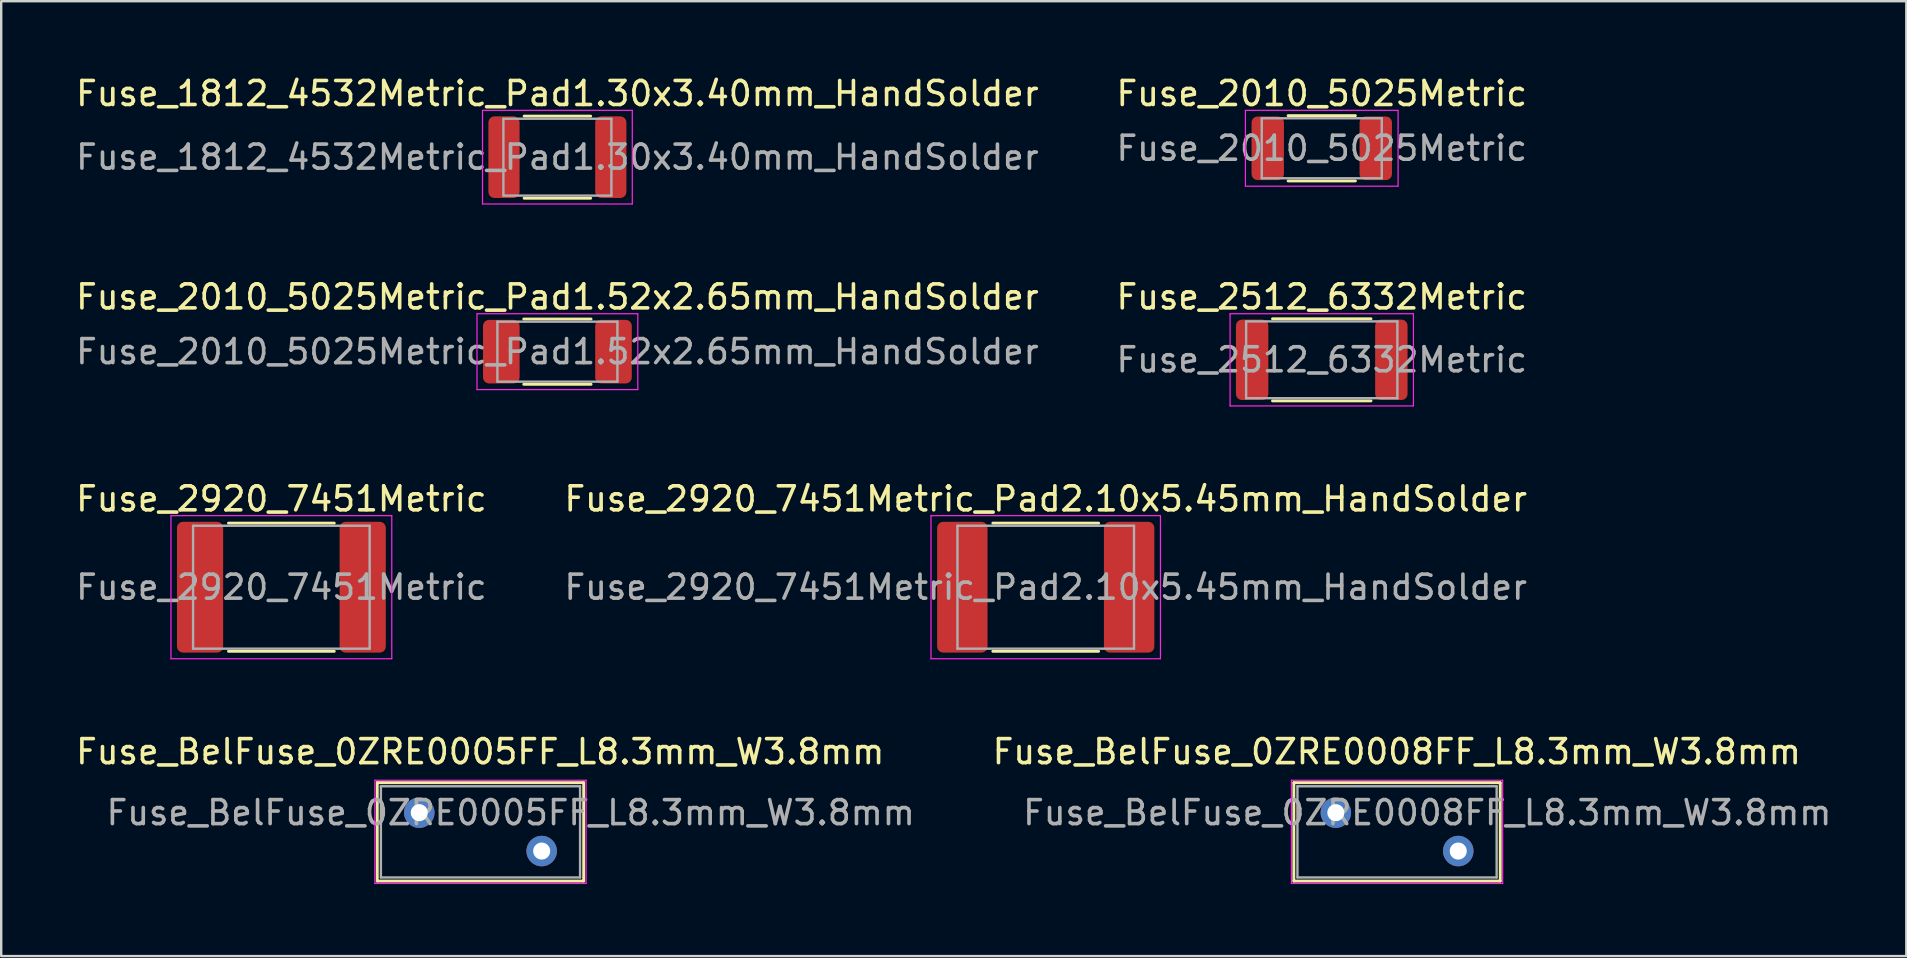
<source format=kicad_pcb>
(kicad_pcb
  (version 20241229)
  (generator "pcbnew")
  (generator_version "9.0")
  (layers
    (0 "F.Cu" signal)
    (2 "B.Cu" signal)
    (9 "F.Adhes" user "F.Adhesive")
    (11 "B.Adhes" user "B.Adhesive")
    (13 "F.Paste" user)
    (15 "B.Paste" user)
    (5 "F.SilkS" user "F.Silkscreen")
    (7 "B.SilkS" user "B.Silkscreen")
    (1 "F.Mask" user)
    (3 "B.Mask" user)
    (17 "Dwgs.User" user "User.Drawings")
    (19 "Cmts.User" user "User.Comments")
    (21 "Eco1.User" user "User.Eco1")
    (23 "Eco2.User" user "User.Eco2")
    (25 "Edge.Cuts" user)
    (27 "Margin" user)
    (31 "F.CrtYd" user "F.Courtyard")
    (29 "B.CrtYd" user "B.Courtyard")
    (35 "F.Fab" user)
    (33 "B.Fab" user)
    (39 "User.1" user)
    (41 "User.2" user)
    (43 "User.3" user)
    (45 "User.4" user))
  (footprint "Fuse_1812_4532Metric_Pad1.30x3.40mm_HandSolder"
    (layer "F.Cu")
    (at 20.173 3.498)
    (property "Reference" "Fuse_1812_4532Metric_Pad1.30x3.40mm_HandSolder" (at 0 -2.65 0) (layer "F.SilkS") (effects (font (size 1 1) (thickness 0.15))))
    (attr smd)
    (fp_line (start -1.386 -1.71) (end 1.386 -1.71) (stroke (width 0.12) (type solid)) (layer "F.SilkS"))
    (fp_line (start -1.386 1.71) (end 1.386 1.71) (stroke (width 0.12) (type solid)) (layer "F.SilkS"))
    (fp_line (start -3.12 -1.95) (end 3.12 -1.95) (stroke (width 0.05) (type solid)) (layer "F.CrtYd"))
    (fp_line (start -3.12 1.95) (end -3.12 -1.95) (stroke (width 0.05) (type solid)) (layer "F.CrtYd"))
    (fp_line (start 3.12 -1.95) (end 3.12 1.95) (stroke (width 0.05) (type solid)) (layer "F.CrtYd"))
    (fp_line (start 3.12 1.95) (end -3.12 1.95) (stroke (width 0.05) (type solid)) (layer "F.CrtYd"))
    (fp_line (start -2.25 -1.6) (end 2.25 -1.6) (stroke (width 0.1) (type solid)) (layer "F.Fab"))
    (fp_line (start -2.25 1.6) (end -2.25 -1.6) (stroke (width 0.1) (type solid)) (layer "F.Fab"))
    (fp_line (start 2.25 -1.6) (end 2.25 1.6) (stroke (width 0.1) (type solid)) (layer "F.Fab"))
    (fp_line (start 2.25 1.6) (end -2.25 1.6) (stroke (width 0.1) (type solid)) (layer "F.Fab"))
    (fp_text user "${REFERENCE}" (at 0 0 0) (layer "F.Fab") (effects (font (size 1 1) (thickness 0.15))))
    (pad "1" smd roundrect (at -2.225 0) (size 1.3 3.4) (layers "F.Cu" "F.Mask" "F.Paste") (roundrect_rratio 0.192))
    (pad "2" smd roundrect (at 2.225 0) (size 1.3 3.4) (layers "F.Cu" "F.Mask" "F.Paste") (roundrect_rratio 0.192)))
  (footprint "Fuse_BelFuse_0ZRE0008FF_L8.3mm_W3.8mm"
    (layer "F.Cu")
    (at 52.605 30.808)
    (property "Reference" "Fuse_BelFuse_0ZRE0008FF_L8.3mm_W3.8mm" (at 2.54 -2.54 0) (layer "F.SilkS") (effects (font (size 1 1) (thickness 0.15))))
    (attr through_hole)
    (fp_line (start -1.75 -1.25) (end -1.75 2.85) (stroke (width 0.12) (type solid)) (layer "F.SilkS"))
    (fp_line (start -1.75 -1.25) (end 6.85 -1.25) (stroke (width 0.12) (type solid)) (layer "F.SilkS"))
    (fp_line (start -1.75 2.85) (end 6.85 2.85) (stroke (width 0.12) (type solid)) (layer "F.SilkS"))
    (fp_line (start 6.85 -1.25) (end 6.85 2.85) (stroke (width 0.12) (type solid)) (layer "F.SilkS"))
    (fp_line (start -1.85 -1.35) (end -1.85 2.95) (stroke (width 0.05) (type solid)) (layer "F.CrtYd"))
    (fp_line (start -1.85 -1.35) (end 6.95 -1.35) (stroke (width 0.05) (type solid)) (layer "F.CrtYd"))
    (fp_line (start -1.85 2.95) (end 6.95 2.95) (stroke (width 0.05) (type solid)) (layer "F.CrtYd"))
    (fp_line (start 6.95 -1.35) (end 6.95 2.95) (stroke (width 0.05) (type solid)) (layer "F.CrtYd"))
    (fp_line (start -1.6 -1.1) (end -1.6 2.7) (stroke (width 0.1) (type solid)) (layer "F.Fab"))
    (fp_line (start -1.6 -1.1) (end 6.7 -1.1) (stroke (width 0.1) (type solid)) (layer "F.Fab"))
    (fp_line (start -1.6 2.7) (end 6.7 2.7) (stroke (width 0.1) (type solid)) (layer "F.Fab"))
    (fp_line (start 6.7 -1.1) (end 6.7 2.7) (stroke (width 0.1) (type solid)) (layer "F.Fab"))
    (fp_text user "${REFERENCE}" (at 3.81 0 0) (layer "F.Fab") (effects (font (size 1 1) (thickness 0.15))))
    (pad "1" thru_hole circle (at 0 0) (size 1.27 1.27) (drill 0.71) (layers "*.Cu" "*.Mask"))
    (pad "2" thru_hole circle (at 5.1 1.6) (size 1.27 1.27) (drill 0.71) (layers "*.Cu" "*.Mask")))
  (footprint "Fuse_2010_5025Metric"
    (layer "F.Cu")
    (at 52.018 3.128)
    (property "Reference" "Fuse_2010_5025Metric" (at 0 -2.28 0) (layer "F.SilkS") (effects (font (size 1 1) (thickness 0.15))))
    (attr smd)
    (fp_line (start -1.402 -1.36) (end 1.402 -1.36) (stroke (width 0.12) (type solid)) (layer "F.SilkS"))
    (fp_line (start -1.402 1.36) (end 1.402 1.36) (stroke (width 0.12) (type solid)) (layer "F.SilkS"))
    (fp_line (start -3.18 -1.58) (end 3.18 -1.58) (stroke (width 0.05) (type solid)) (layer "F.CrtYd"))
    (fp_line (start -3.18 1.58) (end -3.18 -1.58) (stroke (width 0.05) (type solid)) (layer "F.CrtYd"))
    (fp_line (start 3.18 -1.58) (end 3.18 1.58) (stroke (width 0.05) (type solid)) (layer "F.CrtYd"))
    (fp_line (start 3.18 1.58) (end -3.18 1.58) (stroke (width 0.05) (type solid)) (layer "F.CrtYd"))
    (fp_line (start -2.5 -1.25) (end 2.5 -1.25) (stroke (width 0.1) (type solid)) (layer "F.Fab"))
    (fp_line (start -2.5 1.25) (end -2.5 -1.25) (stroke (width 0.1) (type solid)) (layer "F.Fab"))
    (fp_line (start 2.5 -1.25) (end 2.5 1.25) (stroke (width 0.1) (type solid)) (layer "F.Fab"))
    (fp_line (start 2.5 1.25) (end -2.5 1.25) (stroke (width 0.1) (type solid)) (layer "F.Fab"))
    (fp_text user "${REFERENCE}" (at 0 0 0) (layer "F.Fab") (effects (font (size 1 1) (thickness 0.15))))
    (pad "1" smd roundrect (at -2.25 0) (size 1.35 2.65) (layers "F.Cu" "F.Mask" "F.Paste") (roundrect_rratio 0.185))
    (pad "2" smd roundrect (at 2.25 0) (size 1.35 2.65) (layers "F.Cu" "F.Mask" "F.Paste") (roundrect_rratio 0.185)))
  (footprint "Fuse_BelFuse_0ZRE0005FF_L8.3mm_W3.8mm"
    (layer "F.Cu")
    (at 14.418 30.808)
    (property "Reference" "Fuse_BelFuse_0ZRE0005FF_L8.3mm_W3.8mm" (at 2.54 -2.54 0) (layer "F.SilkS") (effects (font (size 1 1) (thickness 0.15))))
    (attr through_hole)
    (fp_line (start -1.75 -1.25) (end -1.75 2.85) (stroke (width 0.12) (type solid)) (layer "F.SilkS"))
    (fp_line (start -1.75 -1.25) (end 6.85 -1.25) (stroke (width 0.12) (type solid)) (layer "F.SilkS"))
    (fp_line (start -1.75 2.85) (end 6.85 2.85) (stroke (width 0.12) (type solid)) (layer "F.SilkS"))
    (fp_line (start 6.85 -1.25) (end 6.85 2.85) (stroke (width 0.12) (type solid)) (layer "F.SilkS"))
    (fp_line (start -1.85 -1.35) (end -1.85 2.95) (stroke (width 0.05) (type solid)) (layer "F.CrtYd"))
    (fp_line (start -1.85 -1.35) (end 6.95 -1.35) (stroke (width 0.05) (type solid)) (layer "F.CrtYd"))
    (fp_line (start -1.85 2.95) (end 6.95 2.95) (stroke (width 0.05) (type solid)) (layer "F.CrtYd"))
    (fp_line (start 6.95 -1.35) (end 6.95 2.95) (stroke (width 0.05) (type solid)) (layer "F.CrtYd"))
    (fp_line (start -1.6 -1.1) (end -1.6 2.7) (stroke (width 0.1) (type solid)) (layer "F.Fab"))
    (fp_line (start -1.6 -1.1) (end 6.7 -1.1) (stroke (width 0.1) (type solid)) (layer "F.Fab"))
    (fp_line (start -1.6 2.7) (end 6.7 2.7) (stroke (width 0.1) (type solid)) (layer "F.Fab"))
    (fp_line (start 6.7 -1.1) (end 6.7 2.7) (stroke (width 0.1) (type solid)) (layer "F.Fab"))
    (fp_text user "${REFERENCE}" (at 3.81 0 0) (layer "F.Fab") (effects (font (size 1 1) (thickness 0.15))))
    (pad "1" thru_hole circle (at 0 0) (size 1.27 1.27) (drill 0.71) (layers "*.Cu" "*.Mask"))
    (pad "2" thru_hole circle (at 5.1 1.6) (size 1.27 1.27) (drill 0.71) (layers "*.Cu" "*.Mask")))
  (footprint "Fuse_2010_5025Metric_Pad1.52x2.65mm_HandSolder"
    (layer "F.Cu")
    (at 20.173 11.601)
    (property "Reference" "Fuse_2010_5025Metric_Pad1.52x2.65mm_HandSolder" (at 0 -2.28 0) (layer "F.SilkS") (effects (font (size 1 1) (thickness 0.15))))
    (attr smd)
    (fp_line (start -1.402 -1.36) (end 1.402 -1.36) (stroke (width 0.12) (type solid)) (layer "F.SilkS"))
    (fp_line (start -1.402 1.36) (end 1.402 1.36) (stroke (width 0.12) (type solid)) (layer "F.SilkS"))
    (fp_line (start -3.35 -1.58) (end 3.35 -1.58) (stroke (width 0.05) (type solid)) (layer "F.CrtYd"))
    (fp_line (start -3.35 1.58) (end -3.35 -1.58) (stroke (width 0.05) (type solid)) (layer "F.CrtYd"))
    (fp_line (start 3.35 -1.58) (end 3.35 1.58) (stroke (width 0.05) (type solid)) (layer "F.CrtYd"))
    (fp_line (start 3.35 1.58) (end -3.35 1.58) (stroke (width 0.05) (type solid)) (layer "F.CrtYd"))
    (fp_line (start -2.5 -1.25) (end 2.5 -1.25) (stroke (width 0.1) (type solid)) (layer "F.Fab"))
    (fp_line (start -2.5 1.25) (end -2.5 -1.25) (stroke (width 0.1) (type solid)) (layer "F.Fab"))
    (fp_line (start 2.5 -1.25) (end 2.5 1.25) (stroke (width 0.1) (type solid)) (layer "F.Fab"))
    (fp_line (start 2.5 1.25) (end -2.5 1.25) (stroke (width 0.1) (type solid)) (layer "F.Fab"))
    (fp_text user "${REFERENCE}" (at 0 0 0) (layer "F.Fab") (effects (font (size 1 1) (thickness 0.15))))
    (pad "1" smd roundrect (at -2.337 0) (size 1.525 2.65) (layers "F.Cu" "F.Mask" "F.Paste") (roundrect_rratio 0.164))
    (pad "2" smd roundrect (at 2.337 0) (size 1.525 2.65) (layers "F.Cu" "F.Mask" "F.Paste") (roundrect_rratio 0.164)))
  (footprint "Fuse_2512_6332Metric"
    (layer "F.Cu")
    (at 52.018 11.941)
    (property "Reference" "Fuse_2512_6332Metric" (at 0 -2.62 0) (layer "F.SilkS") (effects (font (size 1 1) (thickness 0.15))))
    (attr smd)
    (fp_line (start -2.052 -1.71) (end 2.052 -1.71) (stroke (width 0.12) (type solid)) (layer "F.SilkS"))
    (fp_line (start -2.052 1.71) (end 2.052 1.71) (stroke (width 0.12) (type solid)) (layer "F.SilkS"))
    (fp_line (start -3.82 -1.92) (end 3.82 -1.92) (stroke (width 0.05) (type solid)) (layer "F.CrtYd"))
    (fp_line (start -3.82 1.92) (end -3.82 -1.92) (stroke (width 0.05) (type solid)) (layer "F.CrtYd"))
    (fp_line (start 3.82 -1.92) (end 3.82 1.92) (stroke (width 0.05) (type solid)) (layer "F.CrtYd"))
    (fp_line (start 3.82 1.92) (end -3.82 1.92) (stroke (width 0.05) (type solid)) (layer "F.CrtYd"))
    (fp_line (start -3.15 -1.6) (end 3.15 -1.6) (stroke (width 0.1) (type solid)) (layer "F.Fab"))
    (fp_line (start -3.15 1.6) (end -3.15 -1.6) (stroke (width 0.1) (type solid)) (layer "F.Fab"))
    (fp_line (start 3.15 -1.6) (end 3.15 1.6) (stroke (width 0.1) (type solid)) (layer "F.Fab"))
    (fp_line (start 3.15 1.6) (end -3.15 1.6) (stroke (width 0.1) (type solid)) (layer "F.Fab"))
    (fp_text user "${REFERENCE}" (at 0 0 0) (layer "F.Fab") (effects (font (size 1 1) (thickness 0.15))))
    (pad "1" smd roundrect (at -2.9 0) (size 1.35 3.35) (layers "F.Cu" "F.Mask" "F.Paste") (roundrect_rratio 0.185))
    (pad "2" smd roundrect (at 2.9 0) (size 1.35 3.35) (layers "F.Cu" "F.Mask" "F.Paste") (roundrect_rratio 0.185)))
  (footprint "Fuse_2920_7451Metric"
    (layer "F.Cu")
    (at 8.673 21.415)
    (property "Reference" "Fuse_2920_7451Metric" (at 0 -3.68 0) (layer "F.SilkS") (effects (font (size 1 1) (thickness 0.15))))
    (attr smd)
    (fp_line (start -2.204 -2.67) (end 2.204 -2.67) (stroke (width 0.12) (type solid)) (layer "F.SilkS"))
    (fp_line (start -2.204 2.67) (end 2.204 2.67) (stroke (width 0.12) (type solid)) (layer "F.SilkS"))
    (fp_line (start -4.6 -2.98) (end 4.6 -2.98) (stroke (width 0.05) (type solid)) (layer "F.CrtYd"))
    (fp_line (start -4.6 2.98) (end -4.6 -2.98) (stroke (width 0.05) (type solid)) (layer "F.CrtYd"))
    (fp_line (start 4.6 -2.98) (end 4.6 2.98) (stroke (width 0.05) (type solid)) (layer "F.CrtYd"))
    (fp_line (start 4.6 2.98) (end -4.6 2.98) (stroke (width 0.05) (type solid)) (layer "F.CrtYd"))
    (fp_line (start -3.678 -2.56) (end 3.678 -2.56) (stroke (width 0.1) (type solid)) (layer "F.Fab"))
    (fp_line (start -3.678 2.56) (end -3.678 -2.56) (stroke (width 0.1) (type solid)) (layer "F.Fab"))
    (fp_line (start 3.678 -2.56) (end 3.678 2.56) (stroke (width 0.1) (type solid)) (layer "F.Fab"))
    (fp_line (start 3.678 2.56) (end -3.678 2.56) (stroke (width 0.1) (type solid)) (layer "F.Fab"))
    (fp_text user "${REFERENCE}" (at 0 0 0) (layer "F.Fab") (effects (font (size 1 1) (thickness 0.15))))
    (pad "1" smd roundrect (at -3.388 0) (size 1.925 5.45) (layers "F.Cu" "F.Mask" "F.Paste") (roundrect_rratio 0.13))
    (pad "2" smd roundrect (at 3.388 0) (size 1.925 5.45) (layers "F.Cu" "F.Mask" "F.Paste") (roundrect_rratio 0.13)))
  (footprint "Fuse_2920_7451Metric_Pad2.10x5.45mm_HandSolder"
    (layer "F.Cu")
    (at 40.518 21.415)
    (property "Reference" "Fuse_2920_7451Metric_Pad2.10x5.45mm_HandSolder" (at 0 -3.68 0) (layer "F.SilkS") (effects (font (size 1 1) (thickness 0.15))))
    (attr smd)
    (fp_line (start -2.204 -2.67) (end 2.204 -2.67) (stroke (width 0.12) (type solid)) (layer "F.SilkS"))
    (fp_line (start -2.204 2.67) (end 2.204 2.67) (stroke (width 0.12) (type solid)) (layer "F.SilkS"))
    (fp_line (start -4.78 -2.98) (end 4.78 -2.98) (stroke (width 0.05) (type solid)) (layer "F.CrtYd"))
    (fp_line (start -4.78 2.98) (end -4.78 -2.98) (stroke (width 0.05) (type solid)) (layer "F.CrtYd"))
    (fp_line (start 4.78 -2.98) (end 4.78 2.98) (stroke (width 0.05) (type solid)) (layer "F.CrtYd"))
    (fp_line (start 4.78 2.98) (end -4.78 2.98) (stroke (width 0.05) (type solid)) (layer "F.CrtYd"))
    (fp_line (start -3.678 -2.56) (end 3.678 -2.56) (stroke (width 0.1) (type solid)) (layer "F.Fab"))
    (fp_line (start -3.678 2.56) (end -3.678 -2.56) (stroke (width 0.1) (type solid)) (layer "F.Fab"))
    (fp_line (start 3.678 -2.56) (end 3.678 2.56) (stroke (width 0.1) (type solid)) (layer "F.Fab"))
    (fp_line (start 3.678 2.56) (end -3.678 2.56) (stroke (width 0.1) (type solid)) (layer "F.Fab"))
    (fp_text user "${REFERENCE}" (at 0 0 0) (layer "F.Fab") (effects (font (size 1 1) (thickness 0.15))))
    (pad "1" smd roundrect (at -3.475 0) (size 2.1 5.45) (layers "F.Cu" "F.Mask" "F.Paste") (roundrect_rratio 0.119))
    (pad "2" smd roundrect (at 3.475 0) (size 2.1 5.45) (layers "F.Cu" "F.Mask" "F.Paste") (roundrect_rratio 0.119)))
  (gr_rect
    (start -3 -3)
    (end 76.373 36.783)
    (stroke (width 0.1) (type default))
    (fill no)
    (layer "Edge.Cuts")))
</source>
